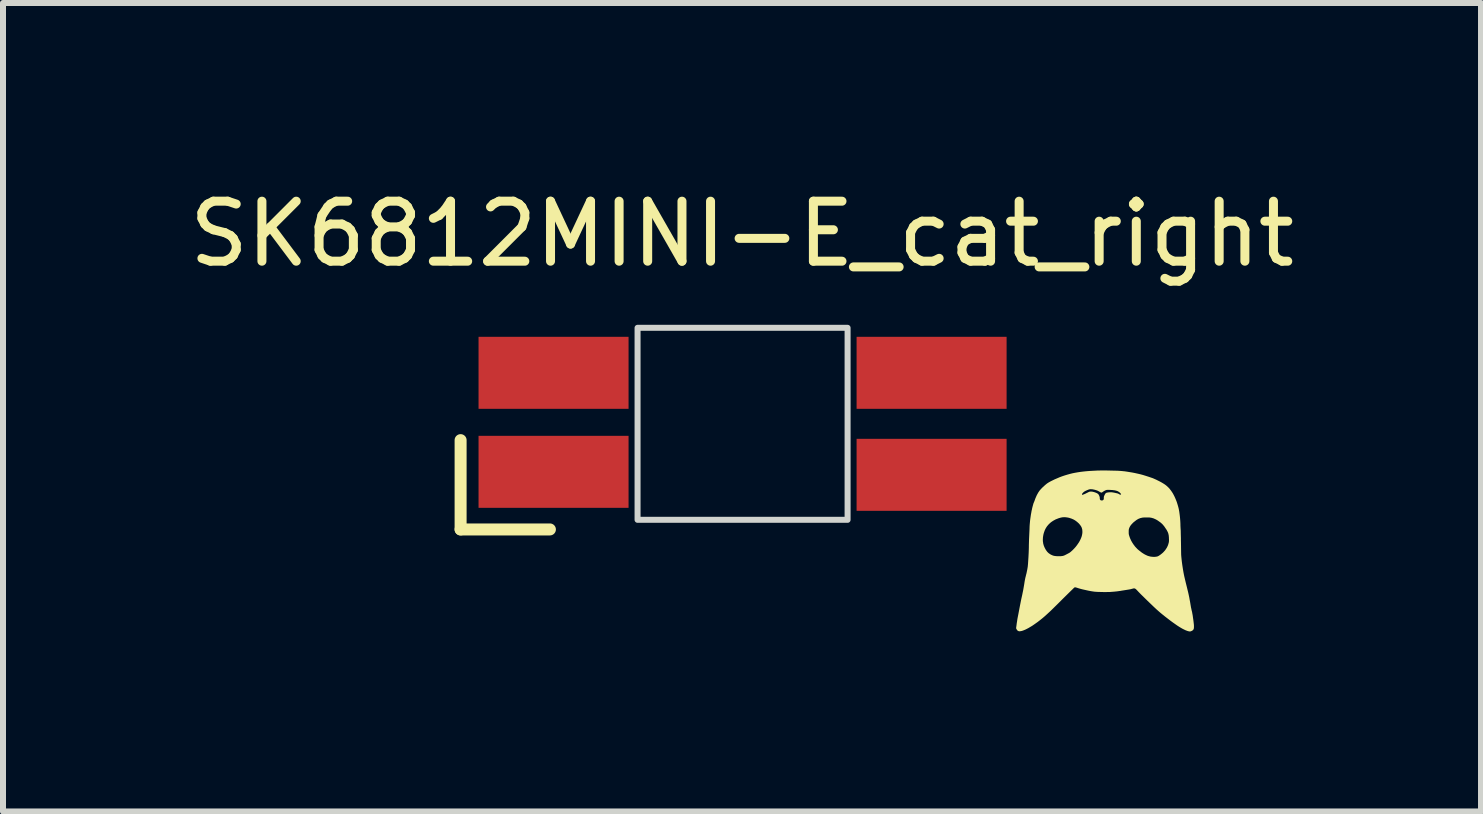
<source format=kicad_pcb>
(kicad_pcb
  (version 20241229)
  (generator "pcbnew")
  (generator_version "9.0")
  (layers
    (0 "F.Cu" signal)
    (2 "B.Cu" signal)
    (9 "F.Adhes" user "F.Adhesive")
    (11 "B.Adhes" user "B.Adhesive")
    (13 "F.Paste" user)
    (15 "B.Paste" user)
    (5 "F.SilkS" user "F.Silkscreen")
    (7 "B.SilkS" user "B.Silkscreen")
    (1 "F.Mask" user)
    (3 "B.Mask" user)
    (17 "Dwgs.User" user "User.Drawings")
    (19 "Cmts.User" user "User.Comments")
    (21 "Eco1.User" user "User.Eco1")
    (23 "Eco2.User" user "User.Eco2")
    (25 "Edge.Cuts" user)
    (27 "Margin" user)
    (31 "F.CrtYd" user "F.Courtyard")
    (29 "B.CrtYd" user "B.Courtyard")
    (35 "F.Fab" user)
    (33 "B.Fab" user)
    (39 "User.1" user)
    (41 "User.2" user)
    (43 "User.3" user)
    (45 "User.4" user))
  (footprint "SK6812MINI-E_cat_right"
    (layer "F.Cu")
    (at 9.325 4.013)
    (property "Reference" "SK6812MINI-E_cat_right" (at -0.01 -3.165 180) (layer "F.SilkS") (effects (font (size 1 1) (thickness 0.15))))
    (attr smd)
    (fp_line (start -4.699 0.272) (end -4.699 1.76) (stroke (width 0.2) (type solid)) (layer "F.SilkS"))
    (fp_line (start -4.699 1.76) (end -3.211 1.76) (stroke (width 0.2) (type solid)) (layer "F.SilkS"))
    (fp_poly (pts (xy 7.454 3.46) (xy 7.451 3.46) (xy 7.449 3.46) (xy 7.447 3.459) (xy 7.444 3.459) (xy 7.436 3.458) (xy 7.426 3.455) (xy 7.417 3.453) (xy 7.406 3.449) (xy 7.395 3.445) (xy 7.384 3.441) (xy 7.372 3.435) (xy 7.359 3.429) (xy 7.347 3.423) (xy 7.333 3.416) (xy 7.319 3.408) (xy 7.305 3.4) (xy 7.29 3.391) (xy 7.275 3.382) (xy 7.26 3.372) (xy 7.244 3.362) (xy 7.21 3.338) (xy 7.17 3.31) (xy 7.128 3.279) (xy 7.085 3.246) (xy 7.042 3.213) (xy 7.001 3.18) (xy 6.963 3.149) (xy 6.931 3.121) (xy 6.896 3.09) (xy 6.851 3.048) (xy 6.746 2.947) (xy 6.643 2.846) (xy 6.601 2.803) (xy 6.569 2.769) (xy 6.564 2.764) (xy 6.559 2.759) (xy 6.557 2.757) (xy 6.554 2.755) (xy 6.552 2.753) (xy 6.55 2.752) (xy 6.548 2.75) (xy 6.546 2.749) (xy 6.544 2.748) (xy 6.542 2.747) (xy 6.54 2.746) (xy 6.538 2.745) (xy 6.536 2.744) (xy 6.533 2.744) (xy 6.531 2.743) (xy 6.529 2.743) (xy 6.527 2.743) (xy 6.524 2.743) (xy 6.521 2.743) (xy 6.519 2.743) (xy 6.516 2.743) (xy 6.513 2.744) (xy 6.51 2.744) (xy 6.507 2.745) (xy 6.5 2.747) (xy 6.492 2.749) (xy 6.484 2.751) (xy 6.478 2.753) (xy 6.471 2.755) (xy 6.461 2.757) (xy 6.451 2.759) (xy 6.439 2.761) (xy 6.427 2.763) (xy 6.415 2.765) (xy 6.402 2.767) (xy 6.352 2.775) (xy 6.314 2.781) (xy 6.3 2.784) (xy 6.282 2.786) (xy 6.262 2.789) (xy 6.24 2.792) (xy 6.191 2.797) (xy 6.14 2.801) (xy 6.113 2.803) (xy 6.079 2.803) (xy 6.039 2.804) (xy 5.997 2.803) (xy 5.956 2.802) (xy 5.917 2.801) (xy 5.885 2.799) (xy 5.861 2.797) (xy 5.834 2.793) (xy 5.802 2.788) (xy 5.766 2.781) (xy 5.729 2.773) (xy 5.693 2.765) (xy 5.658 2.757) (xy 5.628 2.749) (xy 5.604 2.742) (xy 5.585 2.736) (xy 5.57 2.731) (xy 5.559 2.728) (xy 5.551 2.726) (xy 5.547 2.725) (xy 5.544 2.725) (xy 5.542 2.725) (xy 5.54 2.725) (xy 5.538 2.725) (xy 5.536 2.725) (xy 5.532 2.727) (xy 5.53 2.728) (xy 5.526 2.731) (xy 5.514 2.742) (xy 5.496 2.76) (xy 5.472 2.783) (xy 5.412 2.842) (xy 5.34 2.913) (xy 5.26 2.993) (xy 5.192 3.06) (xy 5.134 3.117) (xy 5.083 3.164) (xy 5.039 3.204) (xy 4.998 3.239) (xy 4.958 3.271) (xy 4.918 3.302) (xy 4.894 3.319) (xy 4.87 3.336) (xy 4.847 3.352) (xy 4.825 3.367) (xy 4.803 3.38) (xy 4.781 3.393) (xy 4.761 3.405) (xy 4.741 3.415) (xy 4.722 3.425) (xy 4.704 3.433) (xy 4.687 3.44) (xy 4.671 3.446) (xy 4.656 3.451) (xy 4.642 3.454) (xy 4.629 3.456) (xy 4.618 3.457) (xy 4.613 3.457) (xy 4.609 3.457) (xy 4.605 3.456) (xy 4.601 3.455) (xy 4.598 3.454) (xy 4.594 3.453) (xy 4.591 3.451) (xy 4.588 3.449) (xy 4.584 3.447) (xy 4.582 3.444) (xy 4.579 3.442) (xy 4.576 3.439) (xy 4.574 3.435) (xy 4.571 3.432) (xy 4.569 3.428) (xy 4.567 3.424) (xy 4.558 3.407) (xy 4.566 3.35) (xy 4.569 3.324) (xy 4.574 3.295) (xy 4.578 3.266) (xy 4.582 3.242) (xy 4.599 3.155) (xy 4.622 3.034) (xy 4.645 2.919) (xy 4.66 2.852) (xy 4.663 2.837) (xy 4.667 2.817) (xy 4.677 2.769) (xy 4.686 2.717) (xy 4.694 2.67) (xy 4.7 2.63) (xy 4.706 2.598) (xy 4.709 2.584) (xy 4.711 2.572) (xy 4.714 2.56) (xy 4.717 2.549) (xy 4.724 2.519) (xy 4.732 2.489) (xy 4.738 2.459) (xy 4.744 2.43) (xy 4.749 2.402) (xy 4.753 2.376) (xy 4.755 2.352) (xy 4.757 2.332) (xy 4.764 2.225) (xy 4.768 2.148) (xy 4.77 2.093) (xy 4.771 2.053) (xy 4.771 2.027) (xy 4.772 1.994) (xy 4.773 1.958) (xy 4.774 1.924) (xy 4.782 1.751) (xy 4.783 1.714) (xy 4.785 1.68) (xy 4.788 1.647) (xy 4.791 1.615) (xy 4.795 1.583) (xy 4.8 1.549) (xy 4.805 1.514) (xy 4.812 1.476) (xy 4.816 1.452) (xy 4.822 1.427) (xy 4.827 1.402) (xy 4.833 1.379) (xy 4.839 1.357) (xy 4.844 1.339) (xy 4.848 1.325) (xy 4.85 1.319) (xy 4.852 1.316) (xy 4.853 1.314) (xy 4.854 1.311) (xy 4.856 1.306) (xy 4.858 1.301) (xy 4.863 1.29) (xy 4.868 1.276) (xy 4.875 1.256) (xy 4.882 1.237) (xy 4.89 1.22) (xy 4.897 1.203) (xy 4.904 1.188) (xy 4.912 1.173) (xy 4.92 1.159) (xy 4.927 1.146) (xy 4.936 1.133) (xy 4.944 1.121) (xy 4.953 1.109) (xy 4.963 1.098) (xy 4.973 1.086) (xy 4.984 1.075) (xy 4.995 1.063) (xy 5.008 1.052) (xy 5.029 1.032) (xy 5.038 1.024) (xy 5.047 1.016) (xy 5.056 1.009) (xy 5.064 1.002) (xy 5.072 0.996) (xy 5.08 0.99) (xy 5.089 0.985) (xy 5.097 0.979) (xy 5.106 0.974) (xy 5.115 0.969) (xy 5.124 0.964) (xy 5.135 0.958) (xy 5.157 0.947) (xy 5.2 0.926) (xy 5.242 0.908) (xy 5.284 0.89) (xy 5.327 0.874) (xy 5.369 0.86) (xy 5.412 0.847) (xy 5.455 0.835) (xy 5.499 0.824) (xy 5.545 0.815) (xy 5.591 0.807) (xy 5.639 0.8) (xy 5.689 0.794) (xy 5.74 0.789) (xy 5.794 0.785) (xy 5.85 0.782) (xy 5.908 0.779) (xy 5.995 0.777) (xy 6.025 0.777) (xy 6.039 0.777) (xy 6.082 0.778) (xy 6.166 0.78) (xy 6.211 0.781) (xy 6.249 0.782) (xy 6.282 0.784) (xy 6.312 0.786) (xy 6.341 0.789) (xy 6.371 0.792) (xy 6.404 0.797) (xy 6.441 0.803) (xy 6.491 0.811) (xy 6.537 0.82) (xy 6.582 0.83) (xy 6.626 0.84) (xy 6.671 0.852) (xy 6.716 0.866) (xy 6.763 0.881) (xy 6.813 0.898) (xy 6.839 0.907) (xy 6.866 0.919) (xy 6.895 0.932) (xy 6.925 0.947) (xy 6.955 0.962) (xy 6.984 0.978) (xy 7.011 0.994) (xy 7.036 1.01) (xy 7.055 1.024) (xy 7.073 1.039) (xy 7.091 1.056) (xy 7.109 1.074) (xy 7.125 1.094) (xy 7.141 1.115) (xy 7.157 1.138) (xy 7.172 1.162) (xy 7.179 1.175) (xy 6.307 1.175) (xy 6.307 1.173) (xy 6.307 1.171) (xy 6.306 1.169) (xy 6.305 1.167) (xy 6.303 1.165) (xy 6.301 1.163) (xy 6.3 1.16) (xy 6.298 1.158) (xy 6.295 1.155) (xy 6.29 1.15) (xy 6.285 1.145) (xy 6.279 1.14) (xy 6.273 1.136) (xy 6.267 1.132) (xy 6.264 1.13) (xy 6.261 1.128) (xy 6.258 1.126) (xy 6.255 1.125) (xy 6.248 1.121) (xy 6.239 1.118) (xy 6.23 1.115) (xy 6.22 1.113) (xy 6.21 1.11) (xy 6.2 1.108) (xy 6.189 1.107) (xy 6.178 1.105) (xy 6.157 1.103) (xy 6.136 1.102) (xy 6.116 1.101) (xy 6.099 1.1) (xy 6.088 1.101) (xy 6.08 1.101) (xy 6.076 1.101) (xy 6.072 1.101) (xy 6.069 1.102) (xy 6.066 1.102) (xy 6.063 1.103) (xy 6.06 1.103) (xy 6.058 1.104) (xy 6.055 1.105) (xy 6.052 1.106) (xy 6.049 1.108) (xy 6.042 1.111) (xy 6.037 1.113) (xy 6.032 1.116) (xy 6.027 1.119) (xy 6.021 1.122) (xy 6.016 1.125) (xy 6.012 1.128) (xy 6.007 1.131) (xy 6.003 1.134) (xy 6.002 1.135) (xy 6 1.136) (xy 5.998 1.138) (xy 5.997 1.139) (xy 5.995 1.14) (xy 5.993 1.141) (xy 5.991 1.142) (xy 5.99 1.143) (xy 5.988 1.143) (xy 5.986 1.144) (xy 5.985 1.145) (xy 5.984 1.145) (xy 5.982 1.146) (xy 5.981 1.146) (xy 5.98 1.146) (xy 5.979 1.146) (xy 5.978 1.146) (xy 5.977 1.146) (xy 5.976 1.146) (xy 5.975 1.145) (xy 5.973 1.144) (xy 5.971 1.144) (xy 5.969 1.143) (xy 5.967 1.142) (xy 5.965 1.141) (xy 5.963 1.14) (xy 5.961 1.139) (xy 5.958 1.137) (xy 5.956 1.136) (xy 5.954 1.135) (xy 5.951 1.133) (xy 5.949 1.132) (xy 5.942 1.128) (xy 5.935 1.124) (xy 5.927 1.12) (xy 5.919 1.116) (xy 5.911 1.112) (xy 5.902 1.109) (xy 5.892 1.106) (xy 5.883 1.103) (xy 5.873 1.1) (xy 5.864 1.098) (xy 5.854 1.096) (xy 5.845 1.094) (xy 5.836 1.092) (xy 5.827 1.091) (xy 5.819 1.091) (xy 5.811 1.09) (xy 5.802 1.09) (xy 5.798 1.09) (xy 5.794 1.09) (xy 5.791 1.091) (xy 5.787 1.091) (xy 5.784 1.091) (xy 5.781 1.092) (xy 5.778 1.092) (xy 5.775 1.093) (xy 5.772 1.094) (xy 5.768 1.095) (xy 5.765 1.096) (xy 5.761 1.098) (xy 5.753 1.101) (xy 5.742 1.105) (xy 5.732 1.11) (xy 5.723 1.114) (xy 5.714 1.118) (xy 5.707 1.122) (xy 5.7 1.126) (xy 5.694 1.13) (xy 5.689 1.134) (xy 5.684 1.138) (xy 5.68 1.141) (xy 5.676 1.145) (xy 5.673 1.149) (xy 5.669 1.152) (xy 5.666 1.156) (xy 5.66 1.164) (xy 5.66 1.165) (xy 5.659 1.165) (xy 5.659 1.166) (xy 5.659 1.166) (xy 5.658 1.168) (xy 5.658 1.17) (xy 5.658 1.171) (xy 5.657 1.173) (xy 5.658 1.175) (xy 5.658 1.177) (xy 5.658 1.178) (xy 5.658 1.18) (xy 5.659 1.181) (xy 5.659 1.182) (xy 5.659 1.182) (xy 5.66 1.183) (xy 5.66 1.183) (xy 5.661 1.184) (xy 5.661 1.184) (xy 5.661 1.184) (xy 5.662 1.185) (xy 5.662 1.185) (xy 5.663 1.185) (xy 5.664 1.185) (xy 5.665 1.184) (xy 5.671 1.182) (xy 5.678 1.179) (xy 5.687 1.175) (xy 5.698 1.171) (xy 5.709 1.166) (xy 5.72 1.161) (xy 5.731 1.155) (xy 5.748 1.147) (xy 5.761 1.14) (xy 5.771 1.136) (xy 5.776 1.134) (xy 5.78 1.133) (xy 5.783 1.131) (xy 5.786 1.13) (xy 5.79 1.13) (xy 5.793 1.129) (xy 5.796 1.129) (xy 5.799 1.129) (xy 5.807 1.129) (xy 5.814 1.129) (xy 5.822 1.13) (xy 5.83 1.131) (xy 5.838 1.133) (xy 5.847 1.135) (xy 5.856 1.137) (xy 5.865 1.14) (xy 5.874 1.143) (xy 5.882 1.146) (xy 5.891 1.15) (xy 5.899 1.153) (xy 5.906 1.157) (xy 5.912 1.16) (xy 5.918 1.164) (xy 5.923 1.168) (xy 5.927 1.172) (xy 5.93 1.175) (xy 5.932 1.178) (xy 5.935 1.182) (xy 5.937 1.185) (xy 5.939 1.19) (xy 5.941 1.194) (xy 5.943 1.198) (xy 5.945 1.203) (xy 5.947 1.207) (xy 5.948 1.212) (xy 5.95 1.217) (xy 5.951 1.221) (xy 5.952 1.226) (xy 5.952 1.23) (xy 5.953 1.235) (xy 5.953 1.239) (xy 5.953 1.244) (xy 5.953 1.248) (xy 5.954 1.253) (xy 5.954 1.255) (xy 5.955 1.256) (xy 5.955 1.258) (xy 5.956 1.26) (xy 5.956 1.261) (xy 5.957 1.263) (xy 5.958 1.264) (xy 5.959 1.266) (xy 5.96 1.267) (xy 5.961 1.268) (xy 5.962 1.269) (xy 5.963 1.27) (xy 5.964 1.271) (xy 5.965 1.272) (xy 5.967 1.273) (xy 5.968 1.274) (xy 5.969 1.274) (xy 5.971 1.275) (xy 5.973 1.275) (xy 5.974 1.276) (xy 5.976 1.276) (xy 5.978 1.276) (xy 5.982 1.277) (xy 5.986 1.277) (xy 5.989 1.277) (xy 5.991 1.277) (xy 5.993 1.277) (xy 5.995 1.276) (xy 5.996 1.276) (xy 5.998 1.276) (xy 6 1.275) (xy 6.001 1.275) (xy 6.002 1.274) (xy 6.004 1.274) (xy 6.005 1.273) (xy 6.006 1.272) (xy 6.008 1.271) (xy 6.009 1.27) (xy 6.01 1.269) (xy 6.011 1.268) (xy 6.013 1.267) (xy 6.014 1.265) (xy 6.014 1.265) (xy 6.015 1.264) (xy 6.015 1.264) (xy 6.016 1.263) (xy 6.016 1.262) (xy 6.017 1.261) (xy 6.017 1.261) (xy 6.017 1.26) (xy 6.018 1.259) (xy 6.018 1.259) (xy 6.018 1.258) (xy 6.018 1.257) (xy 6.019 1.256) (xy 6.019 1.255) (xy 6.019 1.254) (xy 6.019 1.253) (xy 6.019 1.251) (xy 6.02 1.249) (xy 6.02 1.246) (xy 6.02 1.243) (xy 6.02 1.24) (xy 6.02 1.236) (xy 6.02 1.231) (xy 6.02 1.226) (xy 6.021 1.221) (xy 6.021 1.217) (xy 6.022 1.213) (xy 6.023 1.211) (xy 6.023 1.209) (xy 6.023 1.207) (xy 6.024 1.206) (xy 6.024 1.204) (xy 6.025 1.203) (xy 6.028 1.196) (xy 6.032 1.189) (xy 6.035 1.181) (xy 6.038 1.177) (xy 6.04 1.173) (xy 6.042 1.169) (xy 6.044 1.165) (xy 6.047 1.162) (xy 6.05 1.159) (xy 6.052 1.157) (xy 6.053 1.156) (xy 6.055 1.154) (xy 6.056 1.153) (xy 6.058 1.152) (xy 6.06 1.151) (xy 6.062 1.15) (xy 6.064 1.149) (xy 6.068 1.148) (xy 6.072 1.147) (xy 6.077 1.146) (xy 6.082 1.145) (xy 6.093 1.143) (xy 6.104 1.142) (xy 6.116 1.141) (xy 6.127 1.141) (xy 6.136 1.141) (xy 6.144 1.14) (xy 6.147 1.141) (xy 6.15 1.141) (xy 6.16 1.142) (xy 6.172 1.144) (xy 6.185 1.146) (xy 6.21 1.151) (xy 6.226 1.155) (xy 6.236 1.157) (xy 6.245 1.159) (xy 6.252 1.161) (xy 6.257 1.163) (xy 6.262 1.165) (xy 6.266 1.167) (xy 6.269 1.169) (xy 6.272 1.17) (xy 6.276 1.173) (xy 6.278 1.174) (xy 6.28 1.176) (xy 6.283 1.177) (xy 6.285 1.178) (xy 6.289 1.179) (xy 6.293 1.18) (xy 6.296 1.18) (xy 6.299 1.18) (xy 6.302 1.18) (xy 6.304 1.18) (xy 6.304 1.18) (xy 6.305 1.179) (xy 6.306 1.179) (xy 6.306 1.178) (xy 6.307 1.178) (xy 6.307 1.177) (xy 6.307 1.177) (xy 6.307 1.176) (xy 6.307 1.175) (xy 7.179 1.175) (xy 7.186 1.188) (xy 7.199 1.214) (xy 7.212 1.243) (xy 7.224 1.272) (xy 7.236 1.303) (xy 7.246 1.335) (xy 7.256 1.368) (xy 7.265 1.402) (xy 7.271 1.429) (xy 7.277 1.462) (xy 7.282 1.499) (xy 7.287 1.538) (xy 7.291 1.578) (xy 7.294 1.616) (xy 7.296 1.652) (xy 7.297 1.683) (xy 7.297 1.689) (xy 7.297 1.697) (xy 7.298 1.716) (xy 7.299 1.735) (xy 7.3 1.754) (xy 7.301 1.766) (xy 7.302 1.785) (xy 7.303 1.839) (xy 7.305 1.908) (xy 7.305 1.941) (xy 7.106 1.941) (xy 7.106 1.936) (xy 7.106 1.923) (xy 7.105 1.908) (xy 7.105 1.896) (xy 7.104 1.884) (xy 7.103 1.872) (xy 7.102 1.862) (xy 7.1 1.851) (xy 7.098 1.842) (xy 7.096 1.832) (xy 7.093 1.823) (xy 7.09 1.814) (xy 7.086 1.805) (xy 7.082 1.796) (xy 7.077 1.787) (xy 7.072 1.777) (xy 7.066 1.767) (xy 7.06 1.757) (xy 7.052 1.746) (xy 7.038 1.725) (xy 7.031 1.715) (xy 7.025 1.706) (xy 7.018 1.698) (xy 7.012 1.691) (xy 7.006 1.683) (xy 7 1.677) (xy 6.994 1.67) (xy 6.987 1.664) (xy 6.981 1.658) (xy 6.974 1.652) (xy 6.967 1.646) (xy 6.959 1.64) (xy 6.942 1.628) (xy 6.932 1.621) (xy 6.923 1.614) (xy 6.913 1.608) (xy 6.904 1.603) (xy 6.895 1.597) (xy 6.885 1.592) (xy 6.876 1.588) (xy 6.867 1.584) (xy 6.858 1.58) (xy 6.849 1.576) (xy 6.84 1.573) (xy 6.831 1.571) (xy 6.822 1.568) (xy 6.813 1.566) (xy 6.804 1.564) (xy 6.794 1.563) (xy 6.788 1.562) (xy 6.781 1.561) (xy 6.765 1.56) (xy 6.746 1.56) (xy 6.727 1.56) (xy 6.707 1.56) (xy 6.689 1.561) (xy 6.673 1.562) (xy 6.666 1.563) (xy 6.659 1.564) (xy 6.652 1.566) (xy 6.646 1.567) (xy 6.639 1.569) (xy 6.633 1.57) (xy 6.626 1.572) (xy 6.62 1.575) (xy 6.614 1.577) (xy 6.608 1.579) (xy 6.601 1.582) (xy 6.595 1.585) (xy 6.589 1.588) (xy 6.583 1.592) (xy 6.577 1.595) (xy 6.571 1.599) (xy 6.564 1.603) (xy 6.558 1.608) (xy 6.547 1.616) (xy 6.537 1.624) (xy 6.527 1.632) (xy 6.517 1.64) (xy 6.508 1.648) (xy 6.5 1.656) (xy 6.492 1.665) (xy 6.484 1.673) (xy 6.477 1.681) (xy 6.47 1.69) (xy 6.464 1.698) (xy 6.459 1.706) (xy 6.454 1.715) (xy 6.45 1.723) (xy 6.446 1.731) (xy 6.443 1.739) (xy 6.442 1.742) (xy 6.441 1.746) (xy 6.44 1.749) (xy 6.439 1.752) (xy 6.438 1.755) (xy 6.437 1.758) (xy 6.437 1.762) (xy 6.436 1.765) (xy 6.436 1.768) (xy 6.436 1.772) (xy 6.435 1.776) (xy 6.435 1.78) (xy 6.435 1.785) (xy 6.435 1.79) (xy 6.435 1.801) (xy 6.435 1.801) (xy 5.663 1.801) (xy 5.663 1.789) (xy 5.662 1.778) (xy 5.661 1.768) (xy 5.66 1.758) (xy 5.657 1.748) (xy 5.654 1.738) (xy 5.651 1.729) (xy 5.647 1.72) (xy 5.642 1.711) (xy 5.637 1.702) (xy 5.63 1.693) (xy 5.624 1.684) (xy 5.616 1.675) (xy 5.608 1.665) (xy 5.599 1.656) (xy 5.589 1.647) (xy 5.58 1.639) (xy 5.571 1.631) (xy 5.561 1.624) (xy 5.552 1.617) (xy 5.542 1.61) (xy 5.532 1.604) (xy 5.522 1.598) (xy 5.512 1.593) (xy 5.501 1.588) (xy 5.49 1.583) (xy 5.479 1.579) (xy 5.467 1.575) (xy 5.455 1.571) (xy 5.443 1.567) (xy 5.429 1.564) (xy 5.421 1.562) (xy 5.413 1.561) (xy 5.405 1.56) (xy 5.397 1.558) (xy 5.39 1.558) (xy 5.382 1.557) (xy 5.374 1.556) (xy 5.367 1.556) (xy 5.359 1.556) (xy 5.352 1.556) (xy 5.344 1.557) (xy 5.337 1.557) (xy 5.33 1.558) (xy 5.322 1.559) (xy 5.315 1.561) (xy 5.307 1.562) (xy 5.289 1.567) (xy 5.271 1.572) (xy 5.253 1.579) (xy 5.235 1.586) (xy 5.217 1.593) (xy 5.201 1.602) (xy 5.184 1.611) (xy 5.168 1.621) (xy 5.153 1.631) (xy 5.138 1.642) (xy 5.124 1.654) (xy 5.111 1.666) (xy 5.098 1.679) (xy 5.087 1.692) (xy 5.076 1.705) (xy 5.066 1.719) (xy 5.057 1.734) (xy 5.048 1.749) (xy 5.04 1.766) (xy 5.033 1.782) (xy 5.027 1.8) (xy 5.021 1.817) (xy 5.016 1.835) (xy 5.012 1.853) (xy 5.009 1.871) (xy 5.006 1.889) (xy 5.005 1.908) (xy 5.004 1.926) (xy 5.004 1.943) (xy 5.005 1.961) (xy 5.008 1.978) (xy 5.01 1.995) (xy 5.013 2.007) (xy 5.017 2.019) (xy 5.02 2.031) (xy 5.025 2.043) (xy 5.03 2.054) (xy 5.035 2.066) (xy 5.041 2.077) (xy 5.047 2.088) (xy 5.053 2.099) (xy 5.06 2.109) (xy 5.067 2.119) (xy 5.074 2.128) (xy 5.081 2.137) (xy 5.089 2.144) (xy 5.097 2.152) (xy 5.104 2.158) (xy 5.113 2.164) (xy 5.122 2.17) (xy 5.131 2.176) (xy 5.14 2.181) (xy 5.149 2.185) (xy 5.158 2.189) (xy 5.167 2.193) (xy 5.176 2.196) (xy 5.186 2.199) (xy 5.196 2.201) (xy 5.207 2.203) (xy 5.218 2.204) (xy 5.229 2.205) (xy 5.242 2.206) (xy 5.255 2.206) (xy 5.268 2.206) (xy 5.291 2.206) (xy 5.301 2.206) (xy 5.31 2.205) (xy 5.318 2.204) (xy 5.326 2.203) (xy 5.334 2.202) (xy 5.342 2.2) (xy 5.349 2.198) (xy 5.357 2.195) (xy 5.365 2.192) (xy 5.374 2.188) (xy 5.383 2.183) (xy 5.393 2.178) (xy 5.416 2.166) (xy 5.429 2.159) (xy 5.441 2.153) (xy 5.446 2.15) (xy 5.45 2.147) (xy 5.455 2.144) (xy 5.459 2.141) (xy 5.464 2.137) (xy 5.468 2.134) (xy 5.472 2.13) (xy 5.477 2.126) (xy 5.487 2.117) (xy 5.498 2.107) (xy 5.516 2.089) (xy 5.533 2.071) (xy 5.549 2.053) (xy 5.564 2.034) (xy 5.578 2.015) (xy 5.591 1.996) (xy 5.604 1.977) (xy 5.615 1.958) (xy 5.625 1.939) (xy 5.634 1.92) (xy 5.642 1.901) (xy 5.649 1.883) (xy 5.654 1.865) (xy 5.658 1.847) (xy 5.661 1.83) (xy 5.663 1.813) (xy 5.663 1.801) (xy 6.435 1.801) (xy 6.435 1.812) (xy 6.435 1.822) (xy 6.435 1.827) (xy 6.436 1.831) (xy 6.436 1.835) (xy 6.437 1.839) (xy 6.437 1.843) (xy 6.438 1.847) (xy 6.439 1.851) (xy 6.44 1.855) (xy 6.443 1.864) (xy 6.446 1.874) (xy 6.452 1.892) (xy 6.458 1.908) (xy 6.465 1.923) (xy 6.471 1.937) (xy 6.478 1.951) (xy 6.486 1.965) (xy 6.494 1.979) (xy 6.503 1.993) (xy 6.515 2.011) (xy 6.527 2.027) (xy 6.533 2.034) (xy 6.538 2.042) (xy 6.544 2.049) (xy 6.55 2.055) (xy 6.556 2.062) (xy 6.562 2.068) (xy 6.568 2.074) (xy 6.574 2.081) (xy 6.58 2.087) (xy 6.587 2.093) (xy 6.602 2.106) (xy 6.62 2.12) (xy 6.637 2.133) (xy 6.653 2.146) (xy 6.67 2.157) (xy 6.686 2.167) (xy 6.701 2.176) (xy 6.717 2.184) (xy 6.732 2.191) (xy 6.747 2.198) (xy 6.762 2.203) (xy 6.777 2.207) (xy 6.792 2.211) (xy 6.807 2.214) (xy 6.823 2.215) (xy 6.838 2.217) (xy 6.854 2.217) (xy 6.863 2.217) (xy 6.872 2.217) (xy 6.88 2.216) (xy 6.887 2.215) (xy 6.894 2.214) (xy 6.901 2.213) (xy 6.907 2.212) (xy 6.913 2.21) (xy 6.919 2.208) (xy 6.925 2.205) (xy 6.932 2.202) (xy 6.938 2.198) (xy 6.944 2.194) (xy 6.951 2.19) (xy 6.958 2.185) (xy 6.966 2.179) (xy 6.979 2.169) (xy 6.991 2.159) (xy 7.003 2.149) (xy 7.014 2.138) (xy 7.024 2.127) (xy 7.034 2.116) (xy 7.044 2.104) (xy 7.052 2.092) (xy 7.06 2.08) (xy 7.068 2.068) (xy 7.075 2.055) (xy 7.081 2.042) (xy 7.087 2.029) (xy 7.092 2.016) (xy 7.096 2.002) (xy 7.1 1.988) (xy 7.102 1.98) (xy 7.103 1.976) (xy 7.104 1.972) (xy 7.104 1.968) (xy 7.105 1.964) (xy 7.105 1.96) (xy 7.106 1.956) (xy 7.106 1.951) (xy 7.106 1.947) (xy 7.106 1.941) (xy 7.305 1.941) (xy 7.306 1.985) (xy 7.307 2.061) (xy 7.308 2.129) (xy 7.309 2.18) (xy 7.311 2.208) (xy 7.315 2.249) (xy 7.32 2.294) (xy 7.326 2.34) (xy 7.333 2.387) (xy 7.34 2.431) (xy 7.347 2.472) (xy 7.354 2.509) (xy 7.36 2.538) (xy 7.385 2.644) (xy 7.401 2.708) (xy 7.417 2.774) (xy 7.424 2.802) (xy 7.431 2.833) (xy 7.438 2.865) (xy 7.445 2.899) (xy 7.451 2.934) (xy 7.458 2.97) (xy 7.464 3.006) (xy 7.47 3.042) (xy 7.471 3.048) (xy 7.472 3.055) (xy 7.476 3.072) (xy 7.48 3.091) (xy 7.484 3.11) (xy 7.489 3.129) (xy 7.493 3.148) (xy 7.496 3.167) (xy 7.5 3.186) (xy 7.503 3.207) (xy 7.506 3.23) (xy 7.51 3.256) (xy 7.514 3.286) (xy 7.519 3.329) (xy 7.521 3.347) (xy 7.522 3.363) (xy 7.522 3.377) (xy 7.522 3.39) (xy 7.521 3.401) (xy 7.52 3.41) (xy 7.518 3.418) (xy 7.515 3.425) (xy 7.511 3.431) (xy 7.506 3.437) (xy 7.501 3.441) (xy 7.495 3.446) (xy 7.487 3.45) (xy 7.479 3.454) (xy 7.476 3.455) (xy 7.474 3.456) (xy 7.472 3.457) (xy 7.47 3.457) (xy 7.468 3.458) (xy 7.466 3.458) (xy 7.464 3.459) (xy 7.462 3.459) (xy 7.46 3.46) (xy 7.458 3.46) (xy 7.456 3.46)) (stroke (width 0) (type solid)) (fill yes) (layer "F.SilkS"))
    (fp_rect (start -1.75 -1.6) (end 1.75 1.6) (stroke (width 0.1) (type default)) (fill no) (layer "Edge.Cuts"))
    (pad "1" smd rect (at 3.15 -0.85) (size 2.5 1.2) (layers "F.Cu" "F.Mask" "F.Paste"))
    (pad "2" smd rect (at 3.15 0.85) (size 2.5 1.2) (layers "F.Cu" "F.Mask" "F.Paste"))
    (pad "3" smd rect (at -3.15 0.8) (size 2.5 1.2) (layers "F.Cu" "F.Mask" "F.Paste"))
    (pad "4" smd rect (at -3.15 -0.85) (size 2.5 1.2) (layers "F.Cu" "F.Mask" "F.Paste")))
  (gr_rect
    (start -3 -3)
    (end 21.631 10.473)
    (stroke (width 0.1) (type default))
    (fill no)
    (layer "Edge.Cuts")))
</source>
